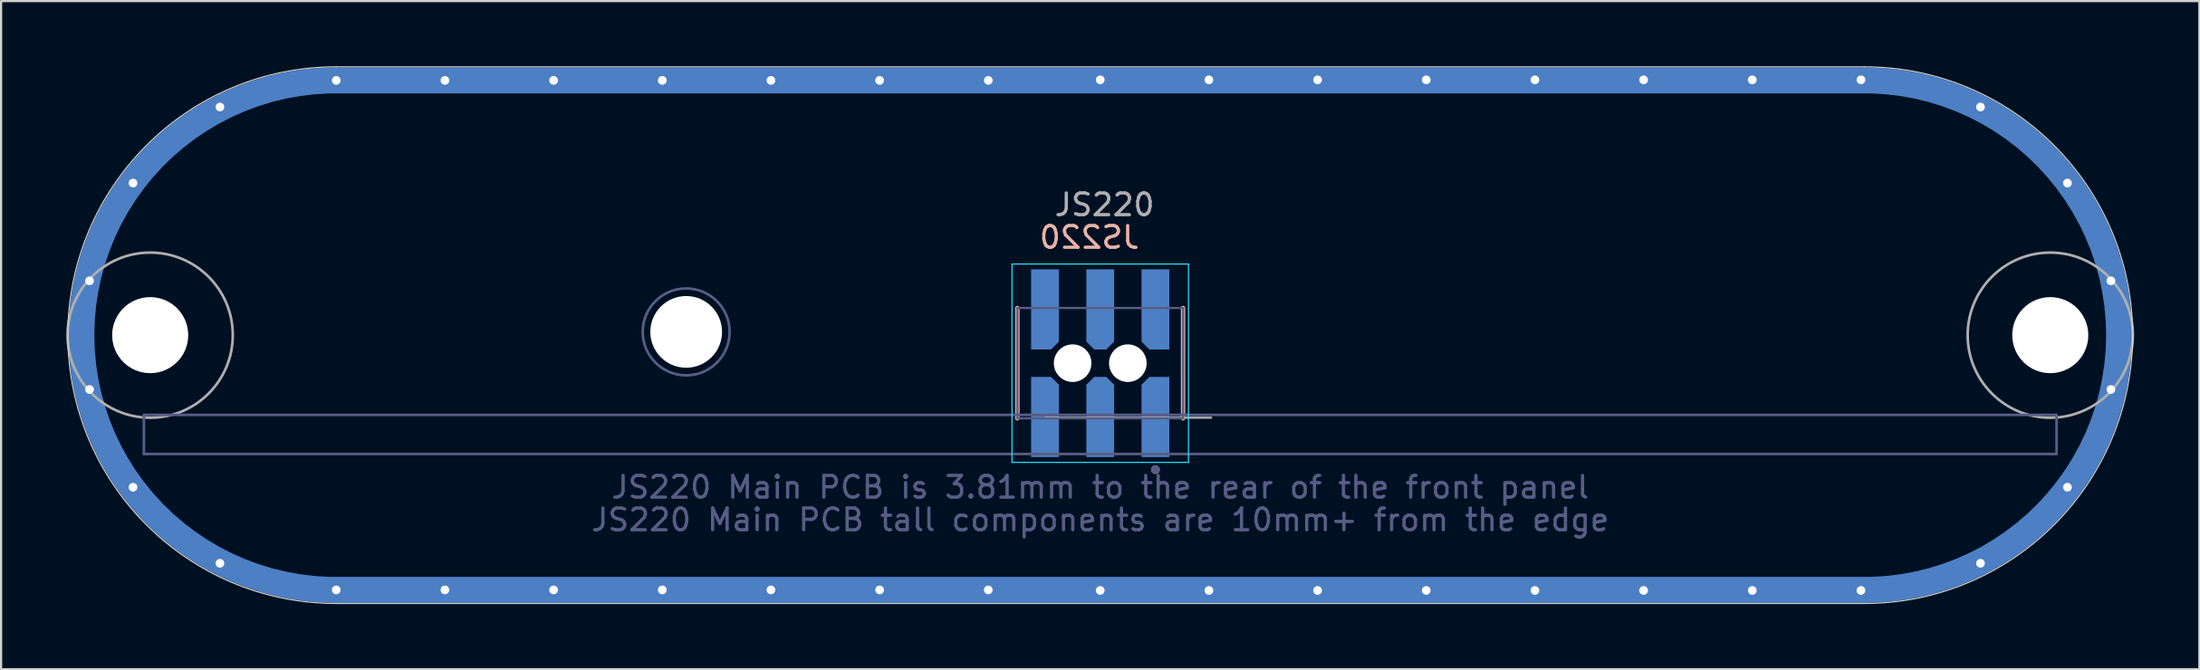
<source format=kicad_pcb>
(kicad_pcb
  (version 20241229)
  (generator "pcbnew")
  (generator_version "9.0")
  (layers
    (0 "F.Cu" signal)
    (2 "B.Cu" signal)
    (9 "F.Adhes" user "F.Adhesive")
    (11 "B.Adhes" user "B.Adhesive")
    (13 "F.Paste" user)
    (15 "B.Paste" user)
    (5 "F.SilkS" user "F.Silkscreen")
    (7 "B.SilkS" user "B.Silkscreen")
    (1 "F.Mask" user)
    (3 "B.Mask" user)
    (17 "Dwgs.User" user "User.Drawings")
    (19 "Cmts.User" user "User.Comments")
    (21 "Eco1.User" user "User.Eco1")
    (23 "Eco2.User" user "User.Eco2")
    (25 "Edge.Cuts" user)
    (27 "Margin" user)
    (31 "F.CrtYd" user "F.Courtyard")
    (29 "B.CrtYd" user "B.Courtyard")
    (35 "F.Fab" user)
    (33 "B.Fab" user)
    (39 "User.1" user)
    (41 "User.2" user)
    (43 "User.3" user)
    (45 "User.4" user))
  (footprint "JS220"
    (layer "F.Cu")
    (at 47.57 12.375)
    (property "Reference" "JS220" (at -0.5 -4.5 0) (unlocked yes) (layer "B.SilkS") (effects (font (size 1 1) (thickness 0.15)) (justify mirror)))
    (fp_line (start -35.15 -11.725) (end 35.15 -11.75) (stroke (width 1.25) (type solid)) (layer "B.Mask"))
    (fp_line (start 35.15 11.75) (end -35.15 11.725) (stroke (width 1.25) (type solid)) (layer "B.Mask"))
    (fp_arc (start -35.15 11.725) (mid -46.875 0) (end -35.15 -11.725) (stroke (width 1.25) (type solid)) (layer "B.Mask"))
    (fp_arc (start 35.15 -11.75) (mid 46.9 0) (end 35.15 11.75) (stroke (width 1.25) (type solid)) (layer "B.Mask"))
    (fp_poly (pts (xy -3.275 0.755) (xy -3.275 -3.125) (xy -1.805 -3.125) (xy -1.805 0.295) (xy -2.265 0.755)) (stroke (width 0.01) (type solid)) (fill yes) (layer "B.Mask"))
    (fp_poly (pts (xy -3.275 1.825) (xy -3.275 5.705) (xy -1.805 5.705) (xy -1.805 2.285) (xy -2.265 1.825)) (stroke (width 0.01) (type solid)) (fill yes) (layer "B.Mask"))
    (fp_poly (pts (xy 3.275 0.755) (xy 3.275 -3.125) (xy 1.805 -3.125) (xy 1.805 0.295) (xy 2.265 0.755)) (stroke (width 0.01) (type solid)) (fill yes) (layer "B.Mask"))
    (fp_poly (pts (xy 3.275 1.825) (xy 3.275 5.705) (xy 1.805 5.705) (xy 1.805 2.285) (xy 2.265 1.825)) (stroke (width 0.01) (type solid)) (fill yes) (layer "B.Mask"))
    (fp_poly (pts (xy -0.275 1.76) (xy 0.275 1.76) (xy 0.735 2.22) (xy 0.735 5.64) (xy -0.735 5.64) (xy -0.735 2.22)) (stroke (width 0.01) (type solid)) (fill yes) (layer "B.Mask"))
    (fp_poly (pts (xy 0.275 0.82) (xy -0.275 0.82) (xy -0.735 0.36) (xy -0.735 -3.06) (xy 0.735 -3.06) (xy 0.735 0.36)) (stroke (width 0.01) (type solid)) (fill yes) (layer "B.Mask"))
    (fp_line (start -3.81 -1.25) (end -3.81 3.83) (stroke (width 0.2) (type solid)) (layer "B.SilkS"))
    (fp_line (start 3.81 3.83) (end 3.81 -1.25) (stroke (width 0.2) (type solid)) (layer "B.SilkS"))
    (fp_circle (center 2.54 6.19) (end 2.64 6.19) (stroke (width 0.2) (type solid)) (fill no) (layer "B.SilkS"))
    (fp_poly (pts (xy -3.175 0.655) (xy -3.175 -3.025) (xy -1.905 -3.025) (xy -1.905 0.295) (xy -2.265 0.655)) (stroke (width 0.01) (type solid)) (fill yes) (layer "B.Paste"))
    (fp_poly (pts (xy -3.175 1.925) (xy -3.175 5.605) (xy -1.905 5.605) (xy -1.905 2.285) (xy -2.265 1.925)) (stroke (width 0.01) (type solid)) (fill yes) (layer "B.Paste"))
    (fp_poly (pts (xy 3.175 0.655) (xy 3.175 -3.025) (xy 1.905 -3.025) (xy 1.905 0.295) (xy 2.265 0.655)) (stroke (width 0.01) (type solid)) (fill yes) (layer "B.Paste"))
    (fp_poly (pts (xy 3.175 1.925) (xy 3.175 5.605) (xy 1.905 5.605) (xy 1.905 2.285) (xy 2.265 1.925)) (stroke (width 0.01) (type solid)) (fill yes) (layer "B.Paste"))
    (fp_poly (pts (xy -0.275 1.86) (xy 0.275 1.86) (xy 0.635 2.22) (xy 0.635 5.54) (xy -0.635 5.54) (xy -0.635 2.22)) (stroke (width 0.01) (type solid)) (fill yes) (layer "B.Paste"))
    (fp_poly (pts (xy 0.275 0.72) (xy -0.275 0.72) (xy -0.635 0.36) (xy -0.635 -2.96) (xy 0.635 -2.96) (xy 0.635 0.36)) (stroke (width 0.01) (type solid)) (fill yes) (layer "B.Paste"))
    (fp_line (start -35.15 -12.35) (end 35.15 -12.35) (stroke (width 0.05) (type solid)) (layer "Edge.Cuts"))
    (fp_line (start 35.15 12.35) (end -35.15 12.35) (stroke (width 0.05) (type solid)) (layer "Edge.Cuts"))
    (fp_arc (start -35.15 12.35) (mid -47.5 0) (end -35.15 -12.35) (stroke (width 0.05) (type solid)) (layer "Edge.Cuts"))
    (fp_arc (start 35.15 -12.35) (mid 47.5 0) (end 35.15 12.35) (stroke (width 0.05) (type solid)) (layer "Edge.Cuts"))
    (fp_line (start -4.06 -3.275) (end -4.06 5.855) (stroke (width 0.05) (type solid)) (layer "B.CrtYd"))
    (fp_line (start -4.06 5.855) (end 4.06 5.855) (stroke (width 0.05) (type solid)) (layer "B.CrtYd"))
    (fp_line (start 4.06 -3.275) (end -4.06 -3.275) (stroke (width 0.05) (type solid)) (layer "B.CrtYd"))
    (fp_line (start 4.06 5.855) (end 4.06 -3.275) (stroke (width 0.05) (type solid)) (layer "B.CrtYd"))
    (fp_line (start -44 3.67) (end 44 3.67) (stroke (width 0.12) (type solid)) (layer "B.Fab"))
    (fp_line (start -44 5.47) (end -44 3.67) (stroke (width 0.12) (type solid)) (layer "B.Fab"))
    (fp_line (start -3.81 -1.25) (end -3.81 3.83) (stroke (width 0.1) (type solid)) (layer "B.Fab"))
    (fp_line (start -3.81 3.83) (end 3.81 3.83) (stroke (width 0.1) (type solid)) (layer "B.Fab"))
    (fp_line (start 3.81 -1.25) (end -3.81 -1.25) (stroke (width 0.1) (type solid)) (layer "B.Fab"))
    (fp_line (start 3.81 3.83) (end 3.81 -1.25) (stroke (width 0.1) (type solid)) (layer "B.Fab"))
    (fp_line (start 44 3.67) (end 44 5.47) (stroke (width 0.12) (type solid)) (layer "B.Fab"))
    (fp_line (start 44 5.47) (end -44 5.47) (stroke (width 0.12) (type solid)) (layer "B.Fab"))
    (fp_circle (center -19.05 -0.15) (end -17.05 -0.15) (stroke (width 0.12) (type solid)) (fill no) (layer "B.Fab"))
    (fp_circle (center 2.54 6.19) (end 2.64 6.19) (stroke (width 0.2) (type solid)) (fill no) (layer "B.Fab"))
    (fp_line (start 5.105 3.8) (end -2.515 3.8) (stroke (width 0.1) (type solid)) (layer "F.Fab"))
    (fp_circle (center -43.71 0) (end -39.91 0) (stroke (width 0.12) (type solid)) (fill no) (layer "F.Fab"))
    (fp_circle (center 43.71 0) (end 47.51 0) (stroke (width 0.12) (type solid)) (fill no) (layer "F.Fab"))
    (fp_text user "JS220 Main PCB tall components are 10mm+ from the edge" (at 0 8.5 0) (unlocked yes) (layer "B.Fab") (effects (font (size 1 1) (thickness 0.15))))
    (fp_text user "JS220 Main PCB is 3.81mm to the rear of the front panel" (at 0 7 0) (unlocked yes) (layer "B.Fab") (effects (font (size 1 1) (thickness 0.15))))
    (fp_text user "${REFERENCE}" (at 0.2 -6 0) (unlocked yes) (layer "F.Fab") (effects (font (size 1 1) (thickness 0.15))))
    (pad "" np_thru_hole circle (at -43.71 0) (size 3.5 3.5) (drill 3.5) (layers "*.Cu" "*.Mask"))
    (pad "" np_thru_hole circle (at -19.05 -0.15) (size 3.3 3.3) (drill 3.3) (layers "*.Cu" "*.Mask"))
    (pad "" np_thru_hole circle (at -1.27 1.29 180) (size 1.73 1.73) (drill 1.73) (layers "*.Cu" "*.Mask"))
    (pad "" np_thru_hole circle (at 1.27 1.29 180) (size 1.73 1.73) (drill 1.73) (layers "*.Cu" "*.Mask"))
    (pad "" np_thru_hole circle (at 43.71 0) (size 3.5 3.5) (drill 3.5) (layers "*.Cu" "*.Mask"))
    (pad "1" smd custom (at 2.54 3.765 180) (size 0.8 2.5) (layers "B.Cu") (options (anchor rect)) (primitives (gr_poly (pts (xy -0.635 1.84) (xy -0.635 -1.84) (xy 0.635 -1.84) (xy 0.635 1.48) (xy 0.275 1.84)) (width 0.01) (fill yes))))
    (pad "2" smd custom (at 2.54 -1.185 180) (size 0.8 2.5) (layers "B.Cu") (options (anchor rect)) (primitives (gr_poly (pts (xy -0.635 -1.84) (xy -0.635 1.84) (xy 0.635 1.84) (xy 0.635 -1.48) (xy 0.275 -1.84)) (width 0.01) (fill yes))))
    (pad "3" smd custom (at 0 3.765 180) (size 0.8 2.5) (layers "B.Cu") (options (anchor rect)) (primitives (gr_poly (pts (xy 0.275 1.84) (xy -0.275 1.84) (xy -0.635 1.48) (xy -0.635 -1.84) (xy 0.635 -1.84) (xy 0.635 1.48)) (width 0.01) (fill yes))))
    (pad "4" smd custom (at 0 -1.185 180) (size 0.8 2.5) (layers "B.Cu") (options (anchor rect)) (primitives (gr_poly (pts (xy -0.275 -1.84) (xy 0.275 -1.84) (xy 0.635 -1.48) (xy 0.635 1.84) (xy -0.635 1.84) (xy -0.635 -1.48)) (width 0.01) (fill yes))))
    (pad "5" smd custom (at -2.54 3.765 180) (size 0.8 2.5) (layers "B.Cu") (options (anchor rect)) (primitives (gr_poly (pts (xy 0.635 1.84) (xy 0.635 -1.84) (xy -0.635 -1.84) (xy -0.635 1.48) (xy -0.275 1.84)) (width 0.01) (fill yes))))
    (pad "6" smd custom (at -2.54 -1.185 180) (size 0.8 2.5) (layers "B.Cu") (options (anchor rect)) (primitives (gr_poly (pts (xy 0.635 -1.84) (xy 0.635 1.84) (xy -0.635 1.84) (xy -0.635 -1.48) (xy -0.275 -1.84)) (width 0.01) (fill yes))))
    (pad "7" thru_hole circle (at -46.5 -2.5) (size 0.8 0.8) (drill 0.4) (layers "*.Cu" "B.Mask"))
    (pad "7" thru_hole circle (at -46.5 2.5) (size 0.8 0.8) (drill 0.4) (layers "*.Cu" "B.Mask"))
    (pad "7" thru_hole circle (at -44.5 -7) (size 0.8 0.8) (drill 0.4) (layers "*.Cu" "B.Mask"))
    (pad "7" thru_hole circle (at -44.5 7) (size 0.8 0.8) (drill 0.4) (layers "*.Cu" "B.Mask"))
    (pad "7" thru_hole circle (at -40.5 -10.5) (size 0.8 0.8) (drill 0.4) (layers "*.Cu" "B.Mask"))
    (pad "7" thru_hole circle (at -40.5 10.5) (size 0.8 0.8) (drill 0.4) (layers "*.Cu" "B.Mask"))
    (pad "7" thru_hole circle (at -35.15 -11.725) (size 0.8 0.8) (drill 0.4) (layers "*.Cu" "B.Mask"))
    (pad "7" thru_hole circle (at -35.15 11.725) (size 0.8 0.8) (drill 0.4) (layers "*.Cu" "B.Mask"))
    (pad "7" thru_hole circle (at -30.15 -11.725) (size 0.8 0.8) (drill 0.4) (layers "*.Cu" "B.Mask"))
    (pad "7" thru_hole circle (at -30.15 11.725) (size 0.8 0.8) (drill 0.4) (layers "*.Cu" "B.Mask"))
    (pad "7" thru_hole circle (at -25.15 -11.725) (size 0.8 0.8) (drill 0.4) (layers "*.Cu" "B.Mask"))
    (pad "7" thru_hole circle (at -25.15 11.725) (size 0.8 0.8) (drill 0.4) (layers "*.Cu" "B.Mask"))
    (pad "7" thru_hole circle (at -20.15 -11.725) (size 0.8 0.8) (drill 0.4) (layers "*.Cu" "B.Mask"))
    (pad "7" thru_hole circle (at -20.15 11.725) (size 0.8 0.8) (drill 0.4) (layers "*.Cu" "B.Mask"))
    (pad "7" thru_hole circle (at -15.15 -11.725) (size 0.8 0.8) (drill 0.4) (layers "*.Cu" "B.Mask"))
    (pad "7" thru_hole circle (at -15.15 11.725) (size 0.8 0.8) (drill 0.4) (layers "*.Cu" "B.Mask"))
    (pad "7" thru_hole circle (at -10.15 -11.725) (size 0.8 0.8) (drill 0.4) (layers "*.Cu" "B.Mask"))
    (pad "7" thru_hole circle (at -10.15 11.725) (size 0.8 0.8) (drill 0.4) (layers "*.Cu" "B.Mask"))
    (pad "7" thru_hole circle (at -5.15 -11.725) (size 0.8 0.8) (drill 0.4) (layers "*.Cu" "B.Mask"))
    (pad "7" thru_hole circle (at -5.15 11.725) (size 0.8 0.8) (drill 0.4) (layers "*.Cu" "B.Mask"))
    (pad "7" thru_hole circle (at 0 -11.75) (size 0.8 0.8) (drill 0.4) (layers "*.Cu" "B.Mask"))
    (pad "7" smd custom (at 0 -11.738) (size 1 1) (layers "B.Cu" "B.Mask") (options (anchor rect)) (primitives (gr_line (start -35.15 0.013) (end 35.15 0.013) (width 1.2)) (gr_arc (start -35.15 23.4625) (mid -46.875 11.7375) (end -35.15 0.0125) (width 1.2)) (gr_line (start 35.15 23.462) (end -35.15 23.462) (width 1.2)) (gr_arc (start 35.15 0.0125) (mid 46.875 11.7375) (end 35.15 23.4625) (width 1.2))))
    (pad "7" thru_hole circle (at 0 11.75) (size 0.8 0.8) (drill 0.4) (layers "*.Cu" "B.Mask"))
    (pad "7" thru_hole circle (at 5 -11.75) (size 0.8 0.8) (drill 0.4) (layers "*.Cu" "B.Mask"))
    (pad "7" thru_hole circle (at 5 11.75) (size 0.8 0.8) (drill 0.4) (layers "*.Cu" "B.Mask"))
    (pad "7" thru_hole circle (at 10 -11.75) (size 0.8 0.8) (drill 0.4) (layers "*.Cu" "B.Mask"))
    (pad "7" thru_hole circle (at 10 11.75) (size 0.8 0.8) (drill 0.4) (layers "*.Cu" "B.Mask"))
    (pad "7" thru_hole circle (at 15 -11.75) (size 0.8 0.8) (drill 0.4) (layers "*.Cu" "B.Mask"))
    (pad "7" thru_hole circle (at 15 11.75) (size 0.8 0.8) (drill 0.4) (layers "*.Cu" "B.Mask"))
    (pad "7" thru_hole circle (at 20 -11.75) (size 0.8 0.8) (drill 0.4) (layers "*.Cu" "B.Mask"))
    (pad "7" thru_hole circle (at 20 11.75) (size 0.8 0.8) (drill 0.4) (layers "*.Cu" "B.Mask"))
    (pad "7" thru_hole circle (at 25 -11.75) (size 0.8 0.8) (drill 0.4) (layers "*.Cu" "B.Mask"))
    (pad "7" thru_hole circle (at 25 11.75) (size 0.8 0.8) (drill 0.4) (layers "*.Cu" "B.Mask"))
    (pad "7" thru_hole circle (at 30 -11.75) (size 0.8 0.8) (drill 0.4) (layers "*.Cu" "B.Mask"))
    (pad "7" thru_hole circle (at 30 11.75) (size 0.8 0.8) (drill 0.4) (layers "*.Cu" "B.Mask"))
    (pad "7" thru_hole circle (at 35 -11.75) (size 0.8 0.8) (drill 0.4) (layers "*.Cu" "B.Mask"))
    (pad "7" thru_hole circle (at 35 11.75) (size 0.8 0.8) (drill 0.4) (layers "*.Cu" "B.Mask"))
    (pad "7" thru_hole circle (at 40.5 -10.5) (size 0.8 0.8) (drill 0.4) (layers "*.Cu" "B.Mask"))
    (pad "7" thru_hole circle (at 40.5 10.5) (size 0.8 0.8) (drill 0.4) (layers "*.Cu" "B.Mask"))
    (pad "7" thru_hole circle (at 44.5 -7) (size 0.8 0.8) (drill 0.4) (layers "*.Cu" "B.Mask"))
    (pad "7" thru_hole circle (at 44.5 7) (size 0.8 0.8) (drill 0.4) (layers "*.Cu" "B.Mask"))
    (pad "7" thru_hole circle (at 46.5 -2.5) (size 0.8 0.8) (drill 0.4) (layers "*.Cu" "B.Mask"))
    (pad "7" thru_hole circle (at 46.5 2.5) (size 0.8 0.8) (drill 0.4) (layers "*.Cu" "B.Mask"))
    (zone (net_name "") (layer "F.Cu") (hatch edge 0.508) (connect_pads) (min_thickness 0.254) (filled_areas_thickness no) (keepout (tracks not_allowed) (vias not_allowed) (pads not_allowed) (copperpour allowed) (footprints not_allowed)) (placement (enabled no)) (fill) (polygon (pts (xy 2.07 12.375) (xy 2.12 12.825) (xy 2.42 13.425) (xy 2.92 13.925) (xy 3.57 14.125) (xy 4.32 14.125) (xy 4.92 13.825) (xy 5.42 13.275) (xy 5.62 12.675) (xy 5.62 12.025) (xy 5.48 11.675) (xy 5.32 11.375) (xy 5.02 11.025) (xy 4.52 10.725) (xy 3.87 10.575) (xy 3.17 10.725) (xy 2.72 11.025) (xy 2.52 11.225) (xy 2.37 11.425) (xy 2.22 11.723) (xy 2.12 12.075) (xy 2.07 12.375) (xy 0.059 12.375) (xy 0.076 11.988) (xy 0.134 11.607) (xy 0.231 11.234) (xy 0.364 10.873) (xy 0.534 10.527) (xy 0.737 10.201) (xy 0.772 10.172) (xy 0.97 10.275) (xy 1.07 10.275) (xy 1.172 10.275) (xy 1.372 10.172) (xy 1.472 9.972) (xy 1.472 9.722) (xy 1.333 9.535) (xy 1.53 9.366) (xy 1.845 9.145) (xy 2.182 8.958) (xy 2.535 8.806) (xy 2.903 8.69) (xy 3.28 8.612) (xy 3.663 8.572) (xy 4.048 8.572) (xy 4.431 8.61) (xy 4.808 8.687) (xy 5.175 8.801) (xy 5.53 8.952) (xy 5.867 9.138) (xy 6.183 9.357) (xy 6.476 9.608) (xy 6.742 9.886) (xy 6.978 10.19) (xy 7.183 10.516) (xy 7.354 10.861) (xy 7.488 11.222) (xy 7.586 11.594) (xy 7.646 11.974) (xy 7.667 12.359) (xy 7.648 12.743) (xy 7.591 13.124) (xy 7.496 13.497) (xy 7.364 13.859) (xy 7.196 14.205) (xy 6.994 14.533) (xy 6.759 14.838) (xy 6.495 15.118) (xy 6.204 15.37) (xy 5.889 15.592) (xy 5.553 15.78) (xy 5.2 15.934) (xy 4.834 16.051) (xy 4.457 16.13) (xy 4.074 16.171) (xy 3.689 16.173) (xy 3.306 16.136) (xy 2.928 16.061) (xy 2.56 15.947) (xy 2.206 15.798) (xy 1.868 15.613) (xy 1.551 15.395) (xy 1.332 15.21) (xy 1.472 15.022) (xy 1.472 14.772) (xy 1.372 14.572) (xy 1.172 14.472) (xy 0.972 14.472) (xy 0.753 14.565) (xy 0.547 14.24) (xy 0.375 13.895) (xy 0.239 13.535) (xy 0.14 13.163) (xy 0.079 12.783) (xy 0.058 12.426) (xy 0.057 12.375))))
    (zone (net_name "") (layer "F.Cu") (hatch edge 0.508) (connect_pads) (min_thickness 0.254) (filled_areas_thickness no) (keepout (tracks not_allowed) (vias not_allowed) (pads not_allowed) (copperpour allowed) (footprints not_allowed)) (placement (enabled no)) (fill) (polygon (pts (xy 93.07 12.375) (xy 93.02 12.825) (xy 92.72 13.425) (xy 92.22 13.925) (xy 91.57 14.125) (xy 90.82 14.125) (xy 90.22 13.825) (xy 89.72 13.275) (xy 89.52 12.675) (xy 89.52 12.025) (xy 89.66 11.675) (xy 89.82 11.375) (xy 90.12 11.025) (xy 90.62 10.725) (xy 91.27 10.575) (xy 91.97 10.725) (xy 92.42 11.025) (xy 92.62 11.225) (xy 92.77 11.425) (xy 92.92 11.723) (xy 93.02 12.075) (xy 93.07 12.375) (xy 95.081 12.375) (xy 95.064 11.988) (xy 95.006 11.607) (xy 94.909 11.234) (xy 94.776 10.873) (xy 94.606 10.527) (xy 94.403 10.201) (xy 94.368 10.172) (xy 94.17 10.275) (xy 94.07 10.275) (xy 93.968 10.275) (xy 93.768 10.172) (xy 93.668 9.972) (xy 93.668 9.722) (xy 93.807 9.535) (xy 93.61 9.366) (xy 93.295 9.145) (xy 92.958 8.958) (xy 92.605 8.806) (xy 92.237 8.69) (xy 91.86 8.612) (xy 91.477 8.572) (xy 91.092 8.572) (xy 90.709 8.61) (xy 90.332 8.687) (xy 89.965 8.801) (xy 89.61 8.952) (xy 89.273 9.138) (xy 88.957 9.357) (xy 88.664 9.608) (xy 88.398 9.886) (xy 88.162 10.19) (xy 87.957 10.516) (xy 87.786 10.861) (xy 87.652 11.222) (xy 87.554 11.594) (xy 87.494 11.974) (xy 87.473 12.359) (xy 87.492 12.743) (xy 87.549 13.124) (xy 87.644 13.497) (xy 87.776 13.859) (xy 87.944 14.205) (xy 88.146 14.533) (xy 88.381 14.838) (xy 88.645 15.118) (xy 88.936 15.37) (xy 89.251 15.592) (xy 89.587 15.78) (xy 89.94 15.934) (xy 90.306 16.051) (xy 90.683 16.13) (xy 91.066 16.171) (xy 91.451 16.173) (xy 91.834 16.136) (xy 92.212 16.061) (xy 92.58 15.947) (xy 92.934 15.798) (xy 93.272 15.613) (xy 93.589 15.395) (xy 93.808 15.21) (xy 93.668 15.022) (xy 93.668 14.772) (xy 93.768 14.572) (xy 93.968 14.472) (xy 94.168 14.472) (xy 94.387 14.565) (xy 94.593 14.24) (xy 94.765 13.895) (xy 94.901 13.535) (xy 95 13.163) (xy 95.061 12.783) (xy 95.082 12.426) (xy 95.083 12.375))))
    (zone (net_name "") (layers "F.Cu" "Dwgs.User") (hatch edge 0.508) (connect_pads) (min_thickness 0.254) (filled_areas_thickness no) (keepout (tracks allowed) (vias allowed) (pads allowed) (copperpour allowed) (footprints not_allowed)) (placement (enabled no)) (fill) (polygon (pts (xy 46.82 1.025) (xy 46.82 0.025) (xy 12.42 0.025) (xy 12.067 0.028) (xy 11.363 0.068) (xy 10.662 0.148) (xy 9.967 0.269) (xy 9.28 0.428) (xy 8.603 0.627) (xy 7.938 0.864) (xy 7.289 1.139) (xy 6.655 1.45) (xy 6.041 1.797) (xy 5.448 2.178) (xy 4.877 2.593) (xy 4.331 3.04) (xy 3.811 3.517) (xy 3.319 4.023) (xy 2.857 4.556) (xy 2.427 5.114) (xy 2.028 5.697) (xy 1.664 6.301) (xy 1.335 6.925) (xy 1.042 7.567) (xy 0.786 8.224) (xy 0.568 8.895) (xy 0.388 9.577) (xy 0.248 10.269) (xy 0.148 10.967) (xy 0.088 11.67) (xy 0.067 12.375) (xy 0.088 13.08) (xy 0.148 13.783) (xy 0.248 14.481) (xy 0.388 15.173) (xy 0.568 15.855) (xy 0.786 16.526) (xy 1.042 17.183) (xy 1.335 17.825) (xy 1.664 18.449) (xy 2.028 19.053) (xy 2.427 19.636) (xy 2.857 20.194) (xy 3.319 20.727) (xy 3.811 21.233) (xy 4.331 21.71) (xy 4.877 22.157) (xy 5.448 22.572) (xy 6.041 22.953) (xy 6.655 23.3) (xy 7.289 23.611) (xy 7.938 23.886) (xy 8.603 24.123) (xy 9.28 24.322) (xy 9.967 24.481) (xy 10.662 24.602) (xy 11.363 24.682) (xy 12.067 24.722) (xy 12.42 24.725) (xy 82.72 24.725) (xy 83.073 24.722) (xy 83.777 24.682) (xy 84.478 24.602) (xy 85.173 24.481) (xy 85.86 24.322) (xy 86.537 24.123) (xy 87.202 23.886) (xy 87.851 23.611) (xy 88.485 23.3) (xy 89.099 22.953) (xy 89.692 22.572) (xy 90.263 22.157) (xy 90.809 21.71) (xy 91.329 21.233) (xy 91.821 20.727) (xy 92.283 20.194) (xy 92.713 19.636) (xy 93.112 19.053) (xy 93.476 18.449) (xy 93.805 17.825) (xy 94.098 17.183) (xy 94.354 16.526) (xy 94.572 15.855) (xy 94.752 15.173) (xy 94.892 14.481) (xy 94.992 13.783) (xy 95.052 13.08) (xy 95.073 12.375) (xy 95.052 11.67) (xy 94.992 10.967) (xy 94.892 10.269) (xy 94.752 9.577) (xy 94.572 8.895) (xy 94.354 8.224) (xy 94.098 7.567) (xy 93.805 6.925) (xy 93.476 6.301) (xy 93.112 5.697) (xy 92.713 5.114) (xy 92.283 4.556) (xy 91.821 4.023) (xy 91.329 3.517) (xy 90.809 3.04) (xy 90.263 2.593) (xy 89.692 2.178) (xy 89.099 1.797) (xy 88.485 1.45) (xy 87.851 1.139) (xy 87.202 0.864) (xy 86.537 0.627) (xy 85.86 0.428) (xy 85.173 0.269) (xy 84.478 0.148) (xy 83.777 0.068) (xy 83.073 0.028) (xy 82.72 0.025) (xy 48.395 0.025) (xy 48.395 1.025) (xy 82.495 1.025) (xy 82.713 1.027) (xy 83.148 1.065) (xy 83.578 1.141) (xy 83.999 1.254) (xy 84.409 1.403) (xy 84.805 1.588) (xy 85.183 1.806) (xy 85.54 2.056) (xy 85.875 2.337) (xy 86.183 2.645) (xy 86.464 2.98) (xy 86.714 3.337) (xy 86.932 3.715) (xy 87.117 4.111) (xy 87.266 4.521) (xy 87.379 4.942) (xy 87.455 5.372) (xy 87.493 5.807) (xy 87.495 6.025) (xy 87.495 18.725) (xy 87.493 18.943) (xy 87.455 19.378) (xy 87.379 19.808) (xy 87.266 20.229) (xy 87.117 20.639) (xy 86.932 21.035) (xy 86.714 21.413) (xy 86.464 21.77) (xy 86.183 22.105) (xy 85.875 22.413) (xy 85.54 22.694) (xy 85.183 22.944) (xy 84.805 23.162) (xy 84.409 23.347) (xy 83.999 23.496) (xy 83.578 23.609) (xy 83.148 23.685) (xy 82.713 23.723) (xy 82.495 23.725) (xy 12.645 23.714) (xy 12.427 23.712) (xy 11.992 23.674) (xy 11.562 23.598) (xy 11.141 23.485) (xy 10.731 23.336) (xy 10.335 23.152) (xy 9.957 22.933) (xy 9.6 22.683) (xy 9.265 22.403) (xy 8.957 22.094) (xy 8.676 21.76) (xy 8.426 21.402) (xy 8.208 21.024) (xy 8.023 20.629) (xy 7.874 20.219) (xy 7.761 19.797) (xy 7.685 19.367) (xy 7.647 18.933) (xy 7.645 18.714) (xy 7.645 6.025) (xy 7.647 5.807) (xy 7.685 5.372) (xy 7.761 4.942) (xy 7.874 4.521) (xy 8.023 4.111) (xy 8.208 3.715) (xy 8.426 3.337) (xy 8.676 2.98) (xy 8.957 2.645) (xy 9.265 2.337) (xy 9.6 2.056) (xy 9.957 1.806) (xy 10.335 1.588) (xy 10.731 1.403) (xy 11.141 1.254) (xy 11.562 1.141) (xy 11.992 1.065) (xy 12.427 1.027) (xy 12.645 1.025))))
    (zone (net_name "") (layer "B.Cu") (hatch edge 0.508) (connect_pads) (min_thickness 0.254) (filled_areas_thickness no) (keepout (tracks not_allowed) (vias not_allowed) (pads not_allowed) (copperpour allowed) (footprints not_allowed)) (placement (enabled no)) (fill) (polygon (pts (xy 2.068 12.375) (xy 2.118 12.825) (xy 2.418 13.425) (xy 2.918 13.925) (xy 3.568 14.125) (xy 4.318 14.125) (xy 4.918 13.825) (xy 5.418 13.275) (xy 5.618 12.675) (xy 5.618 12.025) (xy 5.478 11.675) (xy 5.318 11.375) (xy 5.018 11.025) (xy 4.518 10.725) (xy 3.868 10.575) (xy 3.168 10.725) (xy 2.718 11.025) (xy 2.518 11.225) (xy 2.368 11.425) (xy 2.218 11.723) (xy 2.118 12.075) (xy 2.068 12.375) (xy 1.32 12.375) (xy 1.32 12.325) (xy 1.32 11.675) (xy 1.37 11.125) (xy 1.42 10.725) (xy 1.47 10.425) (xy 1.52 10.175) (xy 1.57 9.975) (xy 1.62 9.775) (xy 1.67 9.525) (xy 1.77 9.225) (xy 1.844 9.145) (xy 2.18 8.958) (xy 2.534 8.806) (xy 2.901 8.69) (xy 3.278 8.612) (xy 3.661 8.572) (xy 4.046 8.572) (xy 4.429 8.61) (xy 4.806 8.687) (xy 5.174 8.801) (xy 5.528 8.952) (xy 5.865 9.138) (xy 6.182 9.357) (xy 6.474 9.608) (xy 6.74 9.886) (xy 6.977 10.19) (xy 7.181 10.516) (xy 7.352 10.861) (xy 7.487 11.222) (xy 7.584 11.594) (xy 7.644 11.974) (xy 7.665 12.359) (xy 7.647 12.743) (xy 7.59 13.124) (xy 7.495 13.497) (xy 7.362 13.859) (xy 7.194 14.205) (xy 6.992 14.533) (xy 6.758 14.838) (xy 6.494 15.118) (xy 6.203 15.37) (xy 5.888 15.592) (xy 5.552 15.78) (xy 5.199 15.934) (xy 4.832 16.051) (xy 4.455 16.13) (xy 4.072 16.171) (xy 3.687 16.173) (xy 3.304 16.136) (xy 2.927 16.061) (xy 2.559 15.947) (xy 2.204 15.798) (xy 1.866 15.613) (xy 1.72 15.375) (xy 1.67 15.225) (xy 1.62 15.025) (xy 1.57 14.825) (xy 1.52 14.575) (xy 1.47 14.275) (xy 1.42 14.025) (xy 1.37 13.625) (xy 1.32 12.975) (xy 1.32 12.375))))
    (zone (net_name "") (layer "B.Cu") (hatch edge 0.508) (connect_pads) (min_thickness 0.254) (filled_areas_thickness no) (keepout (tracks not_allowed) (vias not_allowed) (pads not_allowed) (copperpour allowed) (footprints not_allowed)) (placement (enabled no)) (fill) (polygon (pts (xy 93.072 12.375) (xy 93.022 12.825) (xy 92.722 13.425) (xy 92.222 13.925) (xy 91.572 14.125) (xy 90.822 14.125) (xy 90.222 13.825) (xy 89.722 13.275) (xy 89.522 12.675) (xy 89.522 12.025) (xy 89.662 11.675) (xy 89.822 11.375) (xy 90.122 11.025) (xy 90.622 10.725) (xy 91.272 10.575) (xy 91.972 10.725) (xy 92.422 11.025) (xy 92.622 11.225) (xy 92.772 11.425) (xy 92.922 11.723) (xy 93.022 12.075) (xy 93.072 12.375) (xy 93.82 12.375) (xy 93.82 12.325) (xy 93.82 11.675) (xy 93.77 11.125) (xy 93.72 10.725) (xy 93.67 10.425) (xy 93.62 10.175) (xy 93.57 9.975) (xy 93.52 9.775) (xy 93.47 9.525) (xy 93.37 9.225) (xy 93.296 9.145) (xy 92.96 8.958) (xy 92.606 8.806) (xy 92.239 8.69) (xy 91.862 8.612) (xy 91.479 8.572) (xy 91.094 8.572) (xy 90.711 8.61) (xy 90.334 8.687) (xy 89.966 8.801) (xy 89.612 8.952) (xy 89.275 9.138) (xy 88.958 9.357) (xy 88.666 9.608) (xy 88.4 9.886) (xy 88.163 10.19) (xy 87.959 10.516) (xy 87.788 10.861) (xy 87.653 11.222) (xy 87.556 11.594) (xy 87.496 11.974) (xy 87.475 12.359) (xy 87.493 12.743) (xy 87.55 13.124) (xy 87.645 13.497) (xy 87.778 13.859) (xy 87.946 14.205) (xy 88.148 14.533) (xy 88.382 14.838) (xy 88.646 15.118) (xy 88.937 15.37) (xy 89.252 15.592) (xy 89.588 15.78) (xy 89.941 15.934) (xy 90.308 16.051) (xy 90.685 16.13) (xy 91.068 16.171) (xy 91.453 16.173) (xy 91.836 16.136) (xy 92.213 16.061) (xy 92.581 15.947) (xy 92.936 15.798) (xy 93.274 15.613) (xy 93.42 15.375) (xy 93.47 15.225) (xy 93.52 15.025) (xy 93.57 14.825) (xy 93.62 14.575) (xy 93.67 14.275) (xy 93.72 14.025) (xy 93.77 13.625) (xy 93.82 12.975) (xy 93.82 12.375)))))
  (gr_rect
    (start -3 -3)
    (end 98.14 27.75)
    (stroke (width 0.1) (type default))
    (fill no)
    (layer "Edge.Cuts")))
</source>
